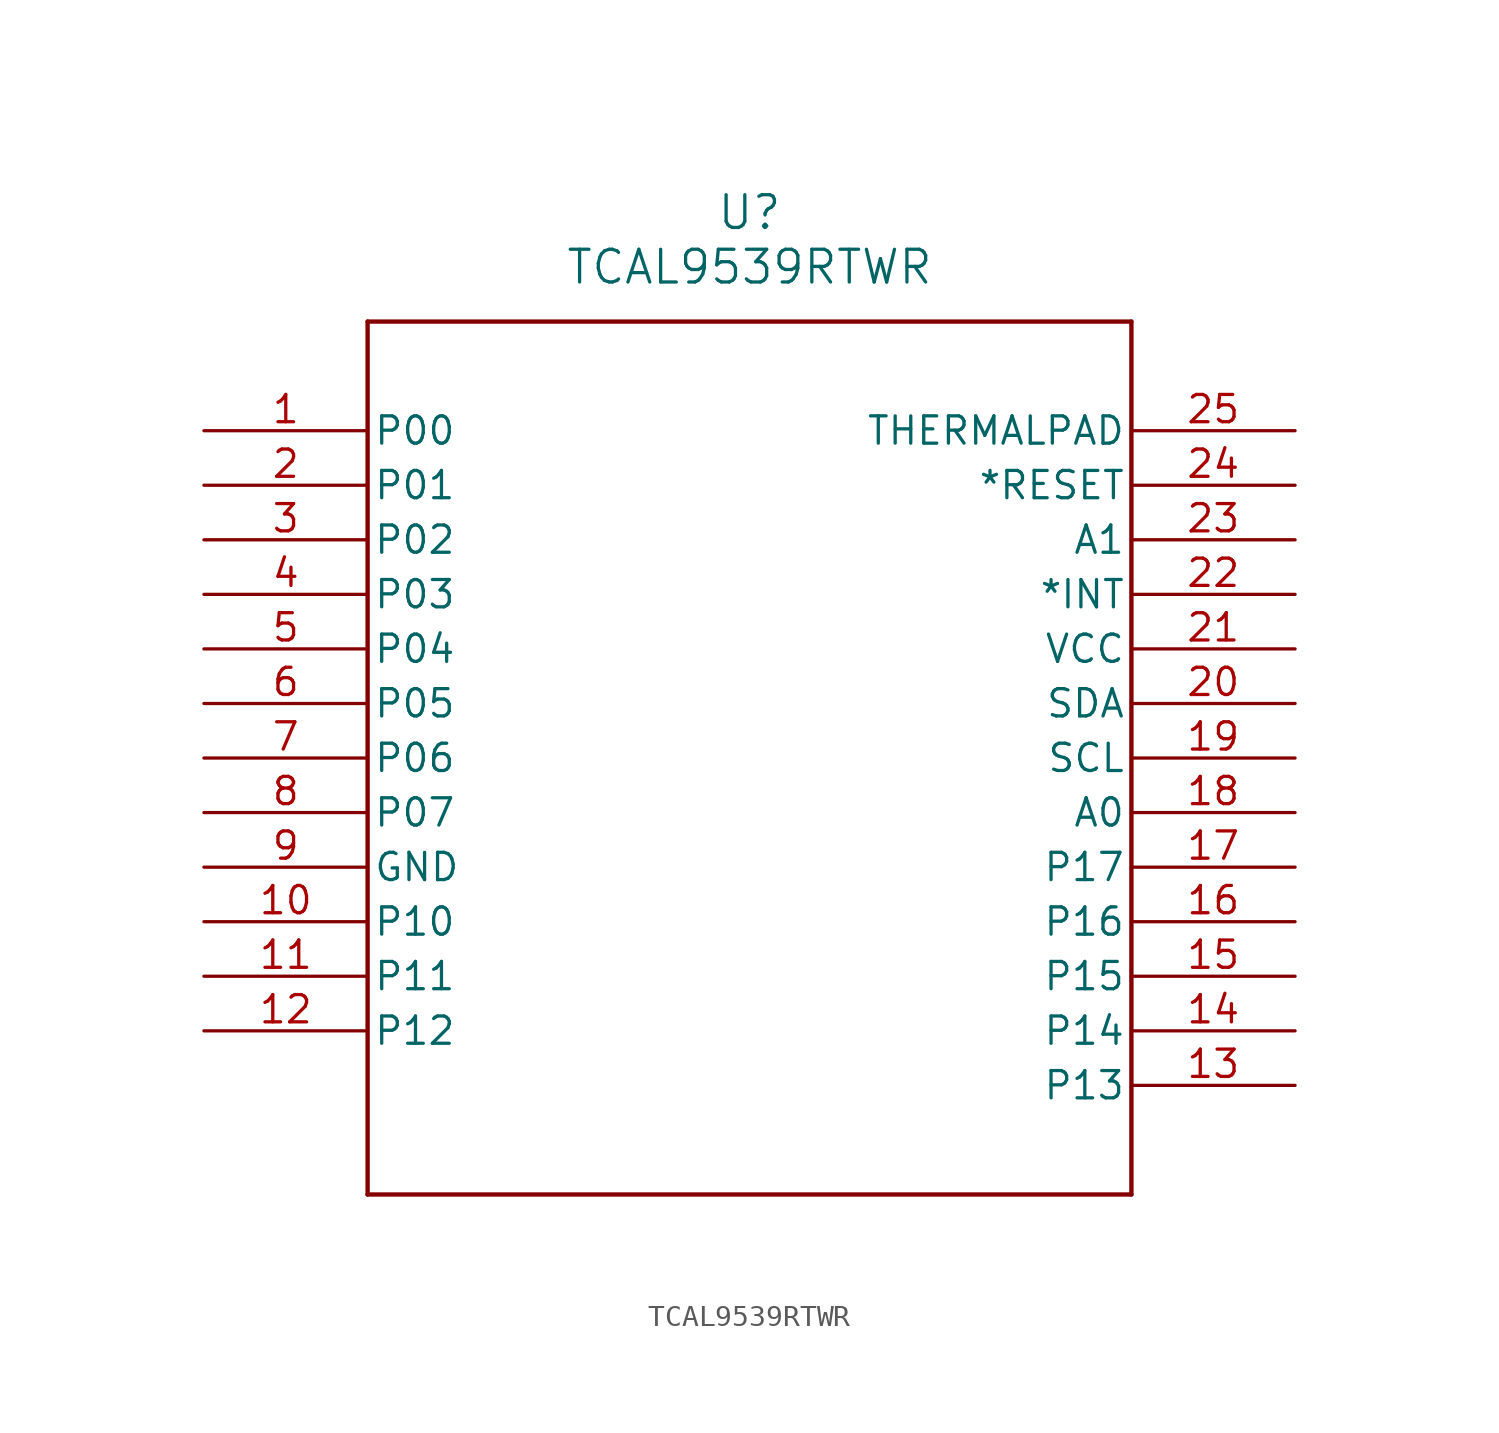
<source format=kicad_sym>
(kicad_symbol_lib
  (version 20211014)
  (generator kicad_symbol_editor)
  (symbol "TCAL9539RTWR"
    (pin_names
      (offset 0.254))
    (property "Reference" "U"
      (at 25.4 10.16 0)
      (effects (font (size 1.524 1.524))))
    (property "Value" "TCAL9539RTWR"
      (at 25.4 7.62 0)
      (effects (font (size 1.524 1.524))))
    (symbol "TCAL9539RTWR_0_1"
      (polyline (pts (xy 7.62 5.08) (xy 7.62 -35.56)) (stroke (width 0.203) (type default) (color 0 0 0 0)) (fill (type none)))
      (polyline (pts (xy 7.62 -35.56) (xy 43.18 -35.56)) (stroke (width 0.203) (type default) (color 0 0 0 0)) (fill (type none)))
      (polyline (pts (xy 43.18 -35.56) (xy 43.18 5.08)) (stroke (width 0.203) (type default) (color 0 0 0 0)) (fill (type none)))
      (polyline (pts (xy 43.18 5.08) (xy 7.62 5.08)) (stroke (width 0.203) (type default) (color 0 0 0 0)) (fill (type none)))
      (pin bidirectional line (at 0 0 0) (length 7.62) (name "P00" (effects (font (size 1.27 1.27)))) (number "1" (effects (font (size 1.27 1.27)))))
      (pin bidirectional line (at 0 -2.54 0) (length 7.62) (name "P01" (effects (font (size 1.27 1.27)))) (number "2" (effects (font (size 1.27 1.27)))))
      (pin bidirectional line (at 0 -5.08 0) (length 7.62) (name "P02" (effects (font (size 1.27 1.27)))) (number "3" (effects (font (size 1.27 1.27)))))
      (pin bidirectional line (at 0 -7.62 0) (length 7.62) (name "P03" (effects (font (size 1.27 1.27)))) (number "4" (effects (font (size 1.27 1.27)))))
      (pin bidirectional line (at 0 -10.16 0) (length 7.62) (name "P04" (effects (font (size 1.27 1.27)))) (number "5" (effects (font (size 1.27 1.27)))))
      (pin bidirectional line (at 0 -12.7 0) (length 7.62) (name "P05" (effects (font (size 1.27 1.27)))) (number "6" (effects (font (size 1.27 1.27)))))
      (pin bidirectional line (at 0 -15.24 0) (length 7.62) (name "P06" (effects (font (size 1.27 1.27)))) (number "7" (effects (font (size 1.27 1.27)))))
      (pin bidirectional line (at 0 -17.78 0) (length 7.62) (name "P07" (effects (font (size 1.27 1.27)))) (number "8" (effects (font (size 1.27 1.27)))))
      (pin power_out line (at 0 -20.32 0) (length 7.62) (name "GND" (effects (font (size 1.27 1.27)))) (number "9" (effects (font (size 1.27 1.27)))))
      (pin bidirectional line (at 0 -22.86 0) (length 7.62) (name "P10" (effects (font (size 1.27 1.27)))) (number "10" (effects (font (size 1.27 1.27)))))
      (pin bidirectional line (at 0 -25.4 0) (length 7.62) (name "P11" (effects (font (size 1.27 1.27)))) (number "11" (effects (font (size 1.27 1.27)))))
      (pin bidirectional line (at 0 -27.94 0) (length 7.62) (name "P12" (effects (font (size 1.27 1.27)))) (number "12" (effects (font (size 1.27 1.27)))))
      (pin bidirectional line (at 50.8 -30.48 180) (length 7.62) (name "P13" (effects (font (size 1.27 1.27)))) (number "13" (effects (font (size 1.27 1.27)))))
      (pin bidirectional line (at 50.8 -27.94 180) (length 7.62) (name "P14" (effects (font (size 1.27 1.27)))) (number "14" (effects (font (size 1.27 1.27)))))
      (pin bidirectional line (at 50.8 -25.4 180) (length 7.62) (name "P15" (effects (font (size 1.27 1.27)))) (number "15" (effects (font (size 1.27 1.27)))))
      (pin bidirectional line (at 50.8 -22.86 180) (length 7.62) (name "P16" (effects (font (size 1.27 1.27)))) (number "16" (effects (font (size 1.27 1.27)))))
      (pin bidirectional line (at 50.8 -20.32 180) (length 7.62) (name "P17" (effects (font (size 1.27 1.27)))) (number "17" (effects (font (size 1.27 1.27)))))
      (pin input line (at 50.8 -17.78 180) (length 7.62) (name "A0" (effects (font (size 1.27 1.27)))) (number "18" (effects (font (size 1.27 1.27)))))
      (pin input line (at 50.8 -15.24 180) (length 7.62) (name "SCL" (effects (font (size 1.27 1.27)))) (number "19" (effects (font (size 1.27 1.27)))))
      (pin bidirectional line (at 50.8 -12.7 180) (length 7.62) (name "SDA" (effects (font (size 1.27 1.27)))) (number "20" (effects (font (size 1.27 1.27)))))
      (pin power_in line (at 50.8 -10.16 180) (length 7.62) (name "VCC" (effects (font (size 1.27 1.27)))) (number "21" (effects (font (size 1.27 1.27)))))
      (pin output line (at 50.8 -7.62 180) (length 7.62) (name "*INT" (effects (font (size 1.27 1.27)))) (number "22" (effects (font (size 1.27 1.27)))))
      (pin input line (at 50.8 -5.08 180) (length 7.62) (name "A1" (effects (font (size 1.27 1.27)))) (number "23" (effects (font (size 1.27 1.27)))))
      (pin input line (at 50.8 -2.54 180) (length 7.62) (name "*RESET" (effects (font (size 1.27 1.27)))) (number "24" (effects (font (size 1.27 1.27)))))
      (pin unspecified line (at 50.8 0 180) (length 7.62) (name "THERMALPAD" (effects (font (size 1.27 1.27)))) (number "25" (effects (font (size 1.27 1.27))))))))
</source>
